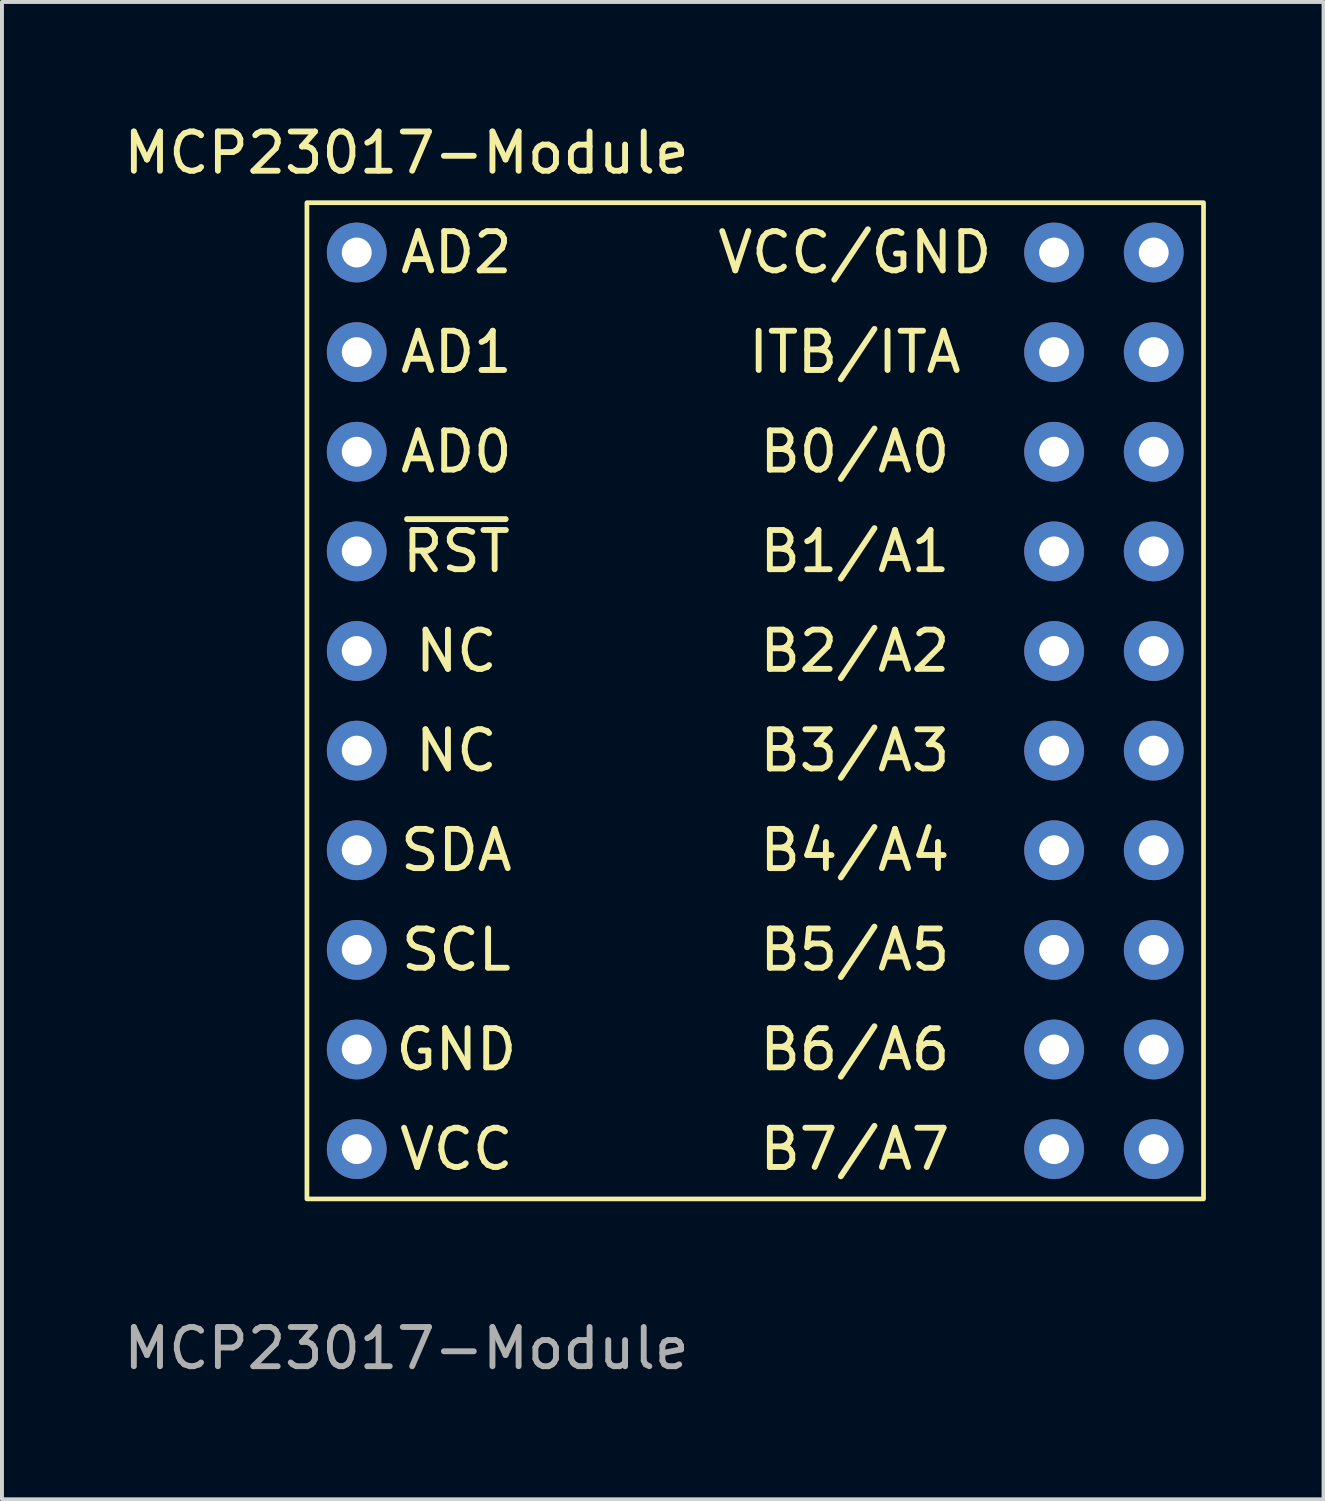
<source format=kicad_pcb>
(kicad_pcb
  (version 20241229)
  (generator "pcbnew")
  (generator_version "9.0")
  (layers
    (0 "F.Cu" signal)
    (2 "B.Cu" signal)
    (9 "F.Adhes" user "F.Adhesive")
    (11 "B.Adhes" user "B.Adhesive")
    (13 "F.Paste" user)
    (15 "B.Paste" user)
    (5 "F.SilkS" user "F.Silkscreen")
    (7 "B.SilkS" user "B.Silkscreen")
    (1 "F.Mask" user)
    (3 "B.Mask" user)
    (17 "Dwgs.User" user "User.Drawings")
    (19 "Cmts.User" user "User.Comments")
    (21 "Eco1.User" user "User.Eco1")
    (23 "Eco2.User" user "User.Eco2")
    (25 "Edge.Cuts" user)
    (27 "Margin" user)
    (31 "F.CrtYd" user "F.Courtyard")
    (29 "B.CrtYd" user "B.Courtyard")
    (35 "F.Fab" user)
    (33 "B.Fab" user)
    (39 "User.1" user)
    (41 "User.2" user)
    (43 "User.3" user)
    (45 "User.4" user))
  (footprint "MCP23017-Module"
    (layer "F.Cu")
    (at 6.045 26.248)
    (property "Reference" "MCP23017-Module" (at 1.27 -25.4 0) (unlocked yes) (layer "F.SilkS") (effects (font (size 1 1) (thickness 0.15))))
    (fp_rect (start -1.27 -24.13) (end 21.59 1.27) (stroke (width 0.12) (type solid)) (fill no) (layer "F.SilkS"))
    (fp_text user "GND" (at 2.54 -2.54 0) (unlocked yes) (layer "F.SilkS") (effects (font (size 1 1) (thickness 0.15))))
    (fp_text user "B2/A2" (at 12.7 -12.7 0) (unlocked yes) (layer "F.SilkS") (effects (font (size 1 1) (thickness 0.15))))
    (fp_text user "B0/A0" (at 12.7 -17.78 0) (unlocked yes) (layer "F.SilkS") (effects (font (size 1 1) (thickness 0.15))))
    (fp_text user "B5/A5" (at 12.7 -5.08 0) (unlocked yes) (layer "F.SilkS") (effects (font (size 1 1) (thickness 0.15))))
    (fp_text user "B4/A4" (at 12.7 -7.62 0) (unlocked yes) (layer "F.SilkS") (effects (font (size 1 1) (thickness 0.15))))
    (fp_text user "VCC/GND" (at 12.7 -22.86 0) (unlocked yes) (layer "F.SilkS") (effects (font (size 1 1) (thickness 0.15))))
    (fp_text user "SCL" (at 2.54 -5.08 0) (unlocked yes) (layer "F.SilkS") (effects (font (size 1 1) (thickness 0.15))))
    (fp_text user "AD1" (at 2.54 -20.32 0) (unlocked yes) (layer "F.SilkS") (effects (font (size 1 1) (thickness 0.15))))
    (fp_text user "SDA" (at 2.54 -7.62 0) (unlocked yes) (layer "F.SilkS") (effects (font (size 1 1) (thickness 0.15))))
    (fp_text user "B6/A6" (at 12.7 -2.54 0) (unlocked yes) (layer "F.SilkS") (effects (font (size 1 1) (thickness 0.15))))
    (fp_text user "B7/A7" (at 12.7 0 0) (unlocked yes) (layer "F.SilkS") (effects (font (size 1 1) (thickness 0.15))))
    (fp_text user "B1/A1" (at 12.7 -15.24 0) (unlocked yes) (layer "F.SilkS") (effects (font (size 1 1) (thickness 0.15))))
    (fp_text user "NC" (at 2.54 -12.7 0) (unlocked yes) (layer "F.SilkS") (effects (font (size 1 1) (thickness 0.15))))
    (fp_text user "ITB/ITA" (at 12.7 -20.32 0) (unlocked yes) (layer "F.SilkS") (effects (font (size 1 1) (thickness 0.15))))
    (fp_text user "~{RST}" (at 2.54 -15.24 0) (unlocked yes) (layer "F.SilkS") (effects (font (size 1 1) (thickness 0.15))))
    (fp_text user "AD2" (at 2.54 -22.86 0) (unlocked yes) (layer "F.SilkS") (effects (font (size 1 1) (thickness 0.15))))
    (fp_text user "NC" (at 2.54 -10.16 0) (unlocked yes) (layer "F.SilkS") (effects (font (size 1 1) (thickness 0.15))))
    (fp_text user "VCC" (at 2.54 0 0) (unlocked yes) (layer "F.SilkS") (effects (font (size 1 1) (thickness 0.15))))
    (fp_text user "B3/A3" (at 12.7 -10.16 0) (unlocked yes) (layer "F.SilkS") (effects (font (size 1 1) (thickness 0.15))))
    (fp_text user "AD0" (at 2.54 -17.78 0) (unlocked yes) (layer "F.SilkS") (effects (font (size 1 1) (thickness 0.15))))
    (fp_text user "${REFERENCE}" (at 1.27 5.08 0) (unlocked yes) (layer "F.Fab") (effects (font (size 1 1) (thickness 0.15))))
    (pad "1" thru_hole circle (at 0 -22.86) (size 1.524 1.524) (drill 0.762) (layers "*.Cu" "*.Mask"))
    (pad "2" thru_hole circle (at 0 -20.32) (size 1.524 1.524) (drill 0.762) (layers "*.Cu" "*.Mask"))
    (pad "3" thru_hole circle (at 0 -17.78) (size 1.524 1.524) (drill 0.762) (layers "*.Cu" "*.Mask"))
    (pad "4" thru_hole circle (at 0 -15.24) (size 1.524 1.524) (drill 0.762) (layers "*.Cu" "*.Mask"))
    (pad "5" thru_hole circle (at 0 -12.7) (size 1.524 1.524) (drill 0.762) (layers "*.Cu" "*.Mask"))
    (pad "6" thru_hole circle (at 0 -10.16) (size 1.524 1.524) (drill 0.762) (layers "*.Cu" "*.Mask"))
    (pad "7" thru_hole circle (at 0 -7.62) (size 1.524 1.524) (drill 0.762) (layers "*.Cu" "*.Mask"))
    (pad "8" thru_hole circle (at 0 -5.08) (size 1.524 1.524) (drill 0.762) (layers "*.Cu" "*.Mask"))
    (pad "9" thru_hole circle (at 0 -2.54) (size 1.524 1.524) (drill 0.762) (layers "*.Cu" "*.Mask"))
    (pad "10" thru_hole circle (at 0 0) (size 1.524 1.524) (drill 0.762) (layers "*.Cu" "*.Mask"))
    (pad "11" thru_hole circle (at 17.78 -22.86) (size 1.524 1.524) (drill 0.762) (layers "*.Cu" "*.Mask"))
    (pad "12" thru_hole circle (at 17.78 -20.32) (size 1.524 1.524) (drill 0.762) (layers "*.Cu" "*.Mask"))
    (pad "13" thru_hole circle (at 17.78 -17.78) (size 1.524 1.524) (drill 0.762) (layers "*.Cu" "*.Mask"))
    (pad "14" thru_hole circle (at 17.78 -15.24) (size 1.524 1.524) (drill 0.762) (layers "*.Cu" "*.Mask"))
    (pad "15" thru_hole circle (at 17.78 -12.7) (size 1.524 1.524) (drill 0.762) (layers "*.Cu" "*.Mask"))
    (pad "16" thru_hole circle (at 17.78 -10.16) (size 1.524 1.524) (drill 0.762) (layers "*.Cu" "*.Mask"))
    (pad "17" thru_hole circle (at 17.78 -7.62) (size 1.524 1.524) (drill 0.762) (layers "*.Cu" "*.Mask"))
    (pad "18" thru_hole circle (at 17.78 -5.08) (size 1.524 1.524) (drill 0.762) (layers "*.Cu" "*.Mask"))
    (pad "19" thru_hole circle (at 17.78 -2.54) (size 1.524 1.524) (drill 0.762) (layers "*.Cu" "*.Mask"))
    (pad "20" thru_hole circle (at 17.78 0) (size 1.524 1.524) (drill 0.762) (layers "*.Cu" "*.Mask"))
    (pad "21" thru_hole circle (at 20.32 -22.86) (size 1.524 1.524) (drill 0.762) (layers "*.Cu" "*.Mask"))
    (pad "22" thru_hole circle (at 20.32 -20.32) (size 1.524 1.524) (drill 0.762) (layers "*.Cu" "*.Mask"))
    (pad "23" thru_hole circle (at 20.32 -17.78) (size 1.524 1.524) (drill 0.762) (layers "*.Cu" "*.Mask"))
    (pad "24" thru_hole circle (at 20.32 -15.24) (size 1.524 1.524) (drill 0.762) (layers "*.Cu" "*.Mask"))
    (pad "25" thru_hole circle (at 20.32 -12.7) (size 1.524 1.524) (drill 0.762) (layers "*.Cu" "*.Mask"))
    (pad "26" thru_hole circle (at 20.32 -10.16) (size 1.524 1.524) (drill 0.762) (layers "*.Cu" "*.Mask"))
    (pad "27" thru_hole circle (at 20.32 -7.62) (size 1.524 1.524) (drill 0.762) (layers "*.Cu" "*.Mask"))
    (pad "28" thru_hole circle (at 20.32 -5.08) (size 1.524 1.524) (drill 0.762) (layers "*.Cu" "*.Mask"))
    (pad "29" thru_hole circle (at 20.32 -2.54) (size 1.524 1.524) (drill 0.762) (layers "*.Cu" "*.Mask"))
    (pad "30" thru_hole circle (at 20.32 0) (size 1.524 1.524) (drill 0.762) (layers "*.Cu" "*.Mask")))
  (gr_rect
    (start -3 -3)
    (end 30.695 35.176)
    (stroke (width 0.1) (type default))
    (fill no)
    (layer "Edge.Cuts")))
</source>
